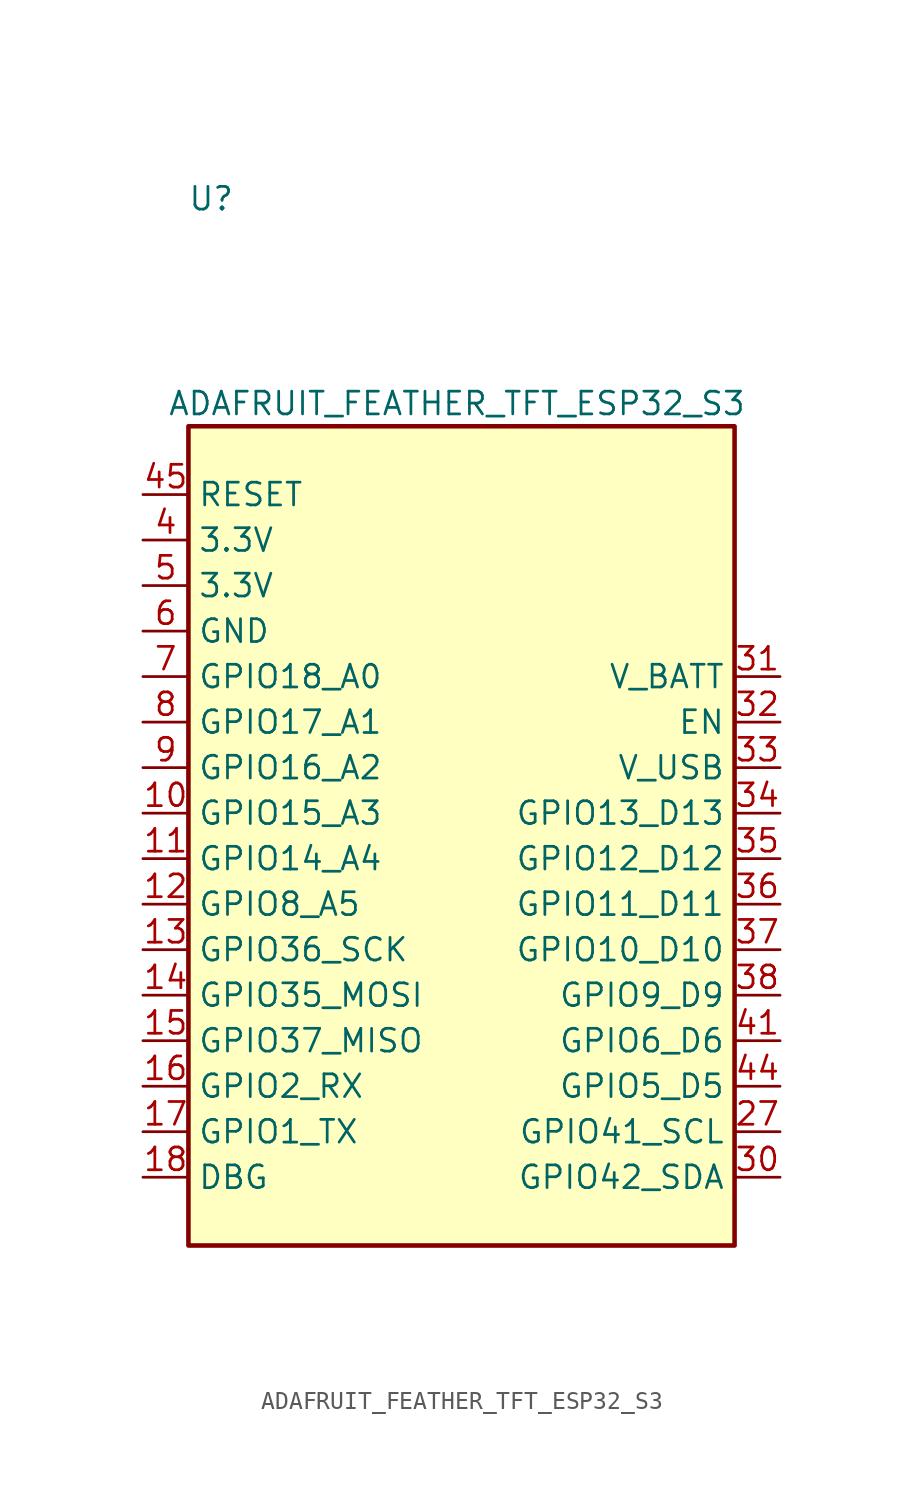
<source format=kicad_sym>
(kicad_symbol_lib
  (version 20231120)
  (generator "kicad_symbol_editor")
  (generator_version "8.0")
  (symbol "ADAFRUIT_FEATHER_TFT_ESP32_S3"
    (property "Reference" "U"
      (at -13.97 35.56 0)
      (effects (font (size 1.27 1.27))))
    (property "Value" "ADAFRUIT_FEATHER_TFT_ESP32_S3"
      (at -0.254 24.13 0)
      (effects (font (size 1.27 1.27))))
    (symbol "ADAFRUIT_FEATHER_TFT_ESP32_S3_0_1"
      (rectangle (start -15.24 22.86) (end 15.24 -22.86) (stroke (width 0.254) (type default)) (fill (type background))))
    (symbol "ADAFRUIT_FEATHER_TFT_ESP32_S3_1_1"
      (pin bidirectional line (at -17.78 1.27 0) (length 2.54) (name "GPIO15_A3" (effects (font (size 1.27 1.27)))) (number "10" (effects (font (size 1.27 1.27)))))
      (pin bidirectional line (at -17.78 -1.27 0) (length 2.54) (name "GPIO14_A4" (effects (font (size 1.27 1.27)))) (number "11" (effects (font (size 1.27 1.27)))))
      (pin bidirectional line (at -17.78 -3.81 0) (length 2.54) (name "GPIO8_A5" (effects (font (size 1.27 1.27)))) (number "12" (effects (font (size 1.27 1.27)))))
      (pin bidirectional line (at -17.78 -6.35 0) (length 2.54) (name "GPIO36_SCK" (effects (font (size 1.27 1.27)))) (number "13" (effects (font (size 1.27 1.27)))))
      (pin bidirectional line (at -17.78 -8.89 0) (length 2.54) (name "GPIO35_MOSI" (effects (font (size 1.27 1.27)))) (number "14" (effects (font (size 1.27 1.27)))))
      (pin bidirectional line (at -17.78 -11.43 0) (length 2.54) (name "GPIO37_MISO" (effects (font (size 1.27 1.27)))) (number "15" (effects (font (size 1.27 1.27)))))
      (pin bidirectional line (at -17.78 -13.97 0) (length 2.54) (name "GPIO2_RX" (effects (font (size 1.27 1.27)))) (number "16" (effects (font (size 1.27 1.27)))))
      (pin bidirectional line (at -17.78 -16.51 0) (length 2.54) (name "GPIO1_TX" (effects (font (size 1.27 1.27)))) (number "17" (effects (font (size 1.27 1.27)))))
      (pin bidirectional line (at -17.78 -19.05 0) (length 2.54) (name "DBG" (effects (font (size 1.27 1.27)))) (number "18" (effects (font (size 1.27 1.27)))))
      (pin bidirectional line (at 17.78 -16.51 180) (length 2.54) (name "GPIO41_SCL" (effects (font (size 1.27 1.27)))) (number "27" (effects (font (size 1.27 1.27)))))
      (pin bidirectional line (at 17.78 -19.05 180) (length 2.54) (name "GPIO42_SDA" (effects (font (size 1.27 1.27)))) (number "30" (effects (font (size 1.27 1.27)))))
      (pin output line (at 17.78 8.89 180) (length 2.54) (name "V_BATT" (effects (font (size 1.27 1.27)))) (number "31" (effects (font (size 1.27 1.27)))))
      (pin input line (at 17.78 6.35 180) (length 2.54) (name "EN" (effects (font (size 1.27 1.27)))) (number "32" (effects (font (size 1.27 1.27)))))
      (pin output line (at 17.78 3.81 180) (length 2.54) (name "V_USB" (effects (font (size 1.27 1.27)))) (number "33" (effects (font (size 1.27 1.27)))))
      (pin bidirectional line (at 17.78 1.27 180) (length 2.54) (name "GPIO13_D13" (effects (font (size 1.27 1.27)))) (number "34" (effects (font (size 1.27 1.27)))))
      (pin bidirectional line (at 17.78 -1.27 180) (length 2.54) (name "GPIO12_D12" (effects (font (size 1.27 1.27)))) (number "35" (effects (font (size 1.27 1.27)))))
      (pin bidirectional line (at 17.78 -3.81 180) (length 2.54) (name "GPIO11_D11" (effects (font (size 1.27 1.27)))) (number "36" (effects (font (size 1.27 1.27)))))
      (pin bidirectional line (at 17.78 -6.35 180) (length 2.54) (name "GPIO10_D10" (effects (font (size 1.27 1.27)))) (number "37" (effects (font (size 1.27 1.27)))))
      (pin bidirectional line (at 17.78 -8.89 180) (length 2.54) (name "GPIO9_D9" (effects (font (size 1.27 1.27)))) (number "38" (effects (font (size 1.27 1.27)))))
      (pin output line (at -17.78 16.51 0) (length 2.54) (name "3.3V" (effects (font (size 1.27 1.27)))) (number "4" (effects (font (size 1.27 1.27)))))
      (pin bidirectional line (at 17.78 -11.43 180) (length 2.54) (name "GPIO6_D6" (effects (font (size 1.27 1.27)))) (number "41" (effects (font (size 1.27 1.27)))))
      (pin passive line (at 2.54 -24.13 90) (length 2.54) hide (name "GND" (effects (font (size 1.27 1.27)))) (number "43" (effects (font (size 1.27 1.27)))))
      (pin bidirectional line (at 17.78 -13.97 180) (length 2.54) (name "GPIO5_D5" (effects (font (size 1.27 1.27)))) (number "44" (effects (font (size 1.27 1.27)))))
      (pin input line (at -17.78 19.05 0) (length 2.54) (name "RESET" (effects (font (size 1.27 1.27)))) (number "45" (effects (font (size 1.27 1.27)))))
      (pin passive line (at 2.54 -24.13 90) (length 2.54) hide (name "GND" (effects (font (size 1.27 1.27)))) (number "46" (effects (font (size 1.27 1.27)))))
      (pin passive line (at 2.54 -24.13 90) (length 2.54) hide (name "GND" (effects (font (size 1.27 1.27)))) (number "47" (effects (font (size 1.27 1.27)))))
      (pin passive line (at 2.54 -24.13 90) (length 2.54) hide (name "GND" (effects (font (size 1.27 1.27)))) (number "48" (effects (font (size 1.27 1.27)))))
      (pin passive line (at 2.54 -24.13 90) (length 2.54) hide (name "GND" (effects (font (size 1.27 1.27)))) (number "49" (effects (font (size 1.27 1.27)))))
      (pin output line (at -17.78 13.97 0) (length 2.54) (name "3.3V" (effects (font (size 1.27 1.27)))) (number "5" (effects (font (size 1.27 1.27)))))
      (pin passive line (at 2.54 -24.13 90) (length 2.54) hide (name "GND" (effects (font (size 1.27 1.27)))) (number "50" (effects (font (size 1.27 1.27)))))
      (pin passive line (at 2.54 -24.13 90) (length 2.54) hide (name "GND" (effects (font (size 1.27 1.27)))) (number "51" (effects (font (size 1.27 1.27)))))
      (pin passive line (at 2.54 -24.13 90) (length 2.54) hide (name "GND" (effects (font (size 1.27 1.27)))) (number "52" (effects (font (size 1.27 1.27)))))
      (pin passive line (at 2.54 -24.13 90) (length 2.54) hide (name "GND" (effects (font (size 1.27 1.27)))) (number "53" (effects (font (size 1.27 1.27)))))
      (pin passive line (at 2.54 -24.13 90) (length 2.54) hide (name "GND" (effects (font (size 1.27 1.27)))) (number "54" (effects (font (size 1.27 1.27)))))
      (pin passive line (at 2.54 -24.13 90) (length 2.54) hide (name "GND" (effects (font (size 1.27 1.27)))) (number "55" (effects (font (size 1.27 1.27)))))
      (pin passive line (at 2.54 -24.13 90) (length 2.54) hide (name "GND" (effects (font (size 1.27 1.27)))) (number "56" (effects (font (size 1.27 1.27)))))
      (pin passive line (at 2.54 -24.13 90) (length 2.54) hide (name "GND" (effects (font (size 1.27 1.27)))) (number "57" (effects (font (size 1.27 1.27)))))
      (pin passive line (at 2.54 -24.13 90) (length 2.54) hide (name "GND" (effects (font (size 1.27 1.27)))) (number "58" (effects (font (size 1.27 1.27)))))
      (pin passive line (at 2.54 -24.13 90) (length 2.54) hide (name "GND" (effects (font (size 1.27 1.27)))) (number "59" (effects (font (size 1.27 1.27)))))
      (pin output line (at -17.78 11.43 0) (length 2.54) (name "GND" (effects (font (size 1.27 1.27)))) (number "6" (effects (font (size 1.27 1.27)))))
      (pin passive line (at 2.54 -24.13 90) (length 2.54) hide (name "GND" (effects (font (size 1.27 1.27)))) (number "60" (effects (font (size 1.27 1.27)))))
      (pin passive line (at 2.54 -24.13 90) (length 2.54) hide (name "GND" (effects (font (size 1.27 1.27)))) (number "61" (effects (font (size 1.27 1.27)))))
      (pin passive line (at 2.54 -24.13 90) (length 2.54) hide (name "GND" (effects (font (size 1.27 1.27)))) (number "62" (effects (font (size 1.27 1.27)))))
      (pin passive line (at 2.54 -24.13 90) (length 2.54) hide (name "GND" (effects (font (size 1.27 1.27)))) (number "63" (effects (font (size 1.27 1.27)))))
      (pin passive line (at 2.54 -24.13 90) (length 2.54) hide (name "GND" (effects (font (size 1.27 1.27)))) (number "64" (effects (font (size 1.27 1.27)))))
      (pin passive line (at 2.54 -24.13 90) (length 2.54) hide (name "GND" (effects (font (size 1.27 1.27)))) (number "65" (effects (font (size 1.27 1.27)))))
      (pin bidirectional line (at -17.78 8.89 0) (length 2.54) (name "GPIO18_A0" (effects (font (size 1.27 1.27)))) (number "7" (effects (font (size 1.27 1.27)))))
      (pin bidirectional line (at -17.78 6.35 0) (length 2.54) (name "GPIO17_A1" (effects (font (size 1.27 1.27)))) (number "8" (effects (font (size 1.27 1.27)))))
      (pin bidirectional line (at -17.78 3.81 0) (length 2.54) (name "GPIO16_A2" (effects (font (size 1.27 1.27)))) (number "9" (effects (font (size 1.27 1.27))))))))
</source>
